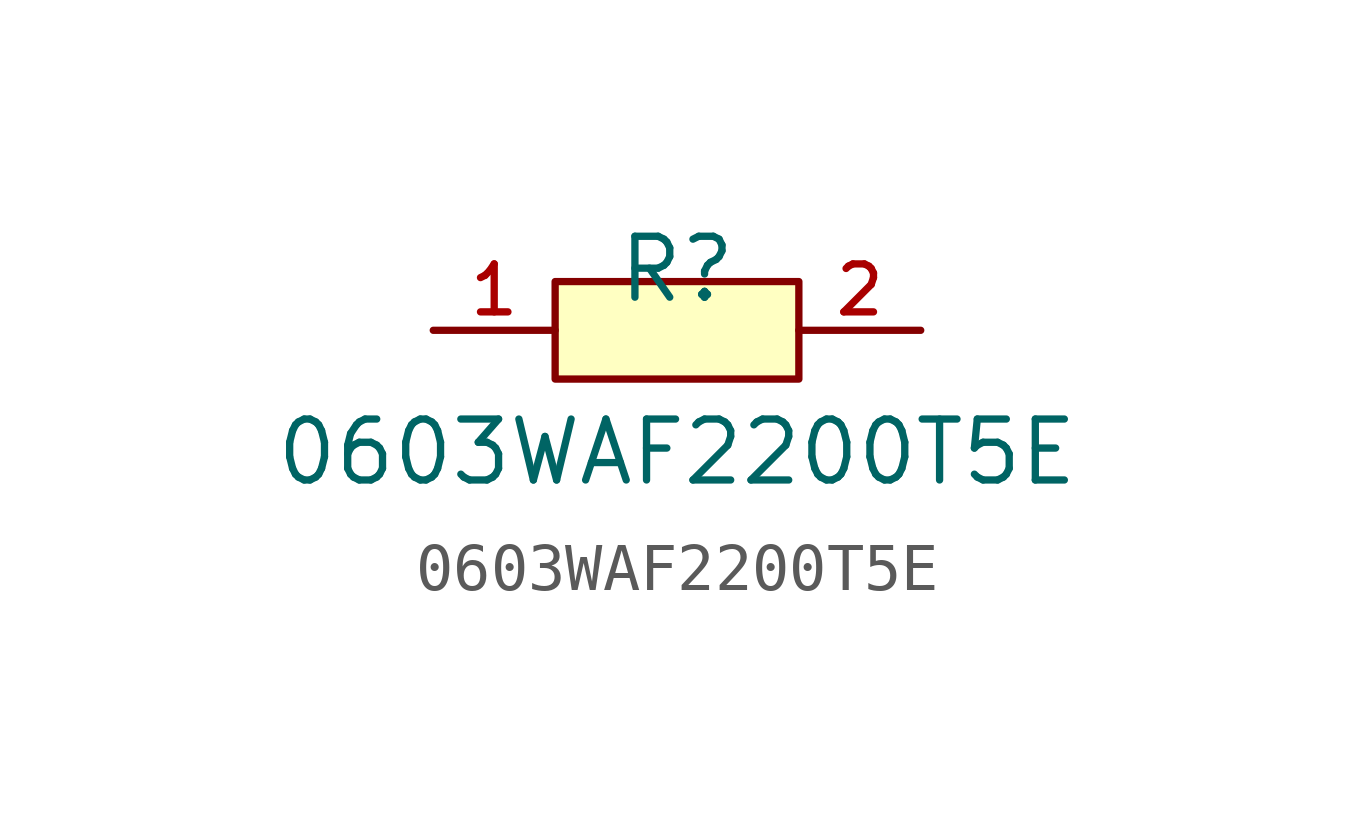
<source format=kicad_sym>
(kicad_symbol_lib
  (version 20210201)
  (generator TousstNicolas/JLC2KiCad_lib)
  (symbol "0603WAF2200T5E"
    (pin_names hide)
    (property "Reference" "R"
      (at 0 1.27 0)
      (effects (font (size 1.27 1.27))))
    (property "Value" "0603WAF2200T5E"
      (at 0 -2.54 0)
      (effects (font (size 1.27 1.27))))
    (symbol "0603WAF2200T5E_0_1"
      (pin input line (at 5.08 -0.0 180) (length 2.54) (name "2" (effects (font (size 1 1)))) (number "2" (effects (font (size 1 1)))))
      (pin input line (at -5.08 -0.0 0) (length 2.54) (name "1" (effects (font (size 1 1)))) (number "1" (effects (font (size 1 1)))))
      (rectangle (start -2.54 1.016) (end 2.54 -1.016) (stroke (width 0) (type default) (color 0 0 0 0)) (fill (type background))))))
</source>
